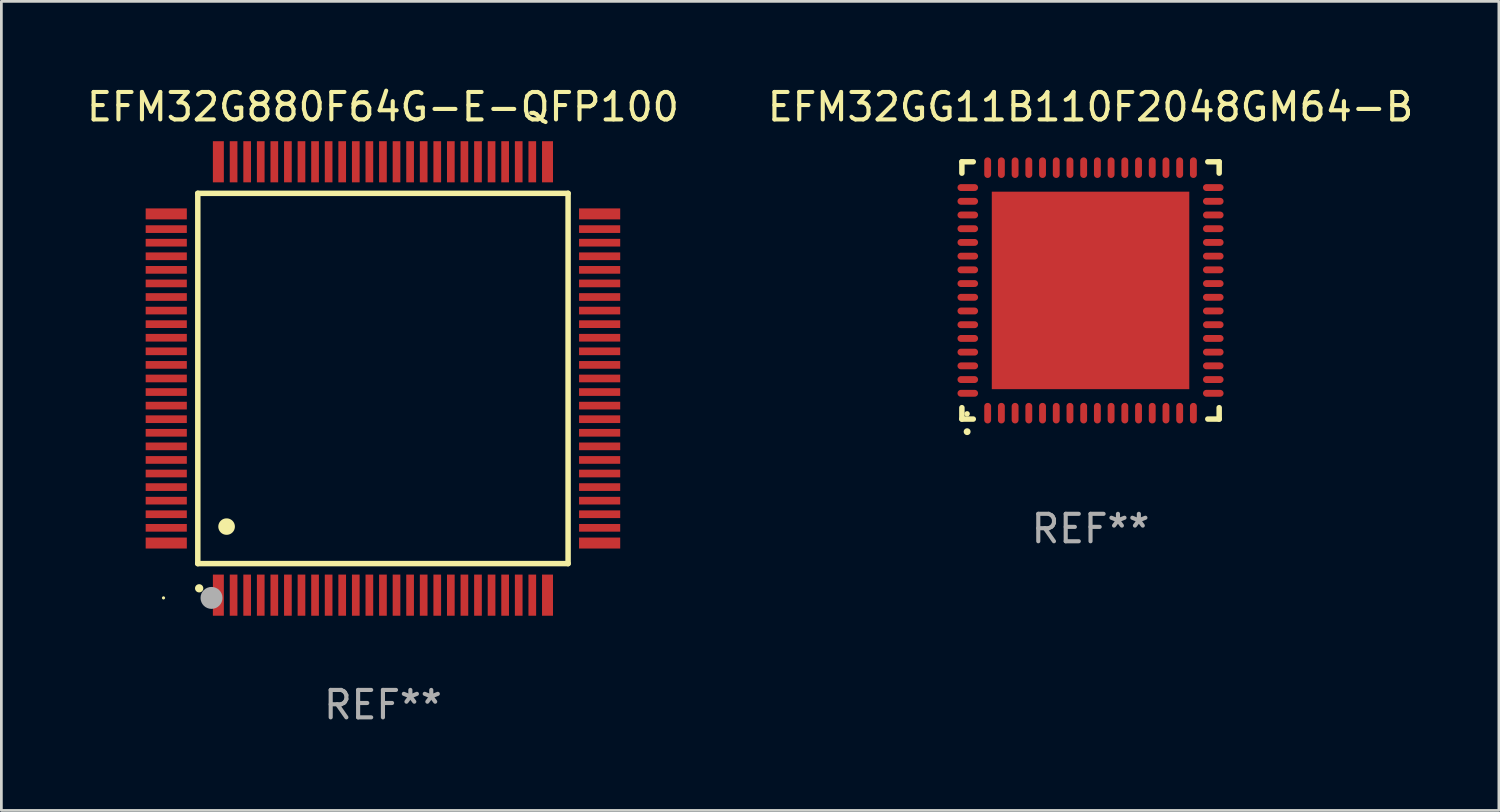
<source format=kicad_pcb>
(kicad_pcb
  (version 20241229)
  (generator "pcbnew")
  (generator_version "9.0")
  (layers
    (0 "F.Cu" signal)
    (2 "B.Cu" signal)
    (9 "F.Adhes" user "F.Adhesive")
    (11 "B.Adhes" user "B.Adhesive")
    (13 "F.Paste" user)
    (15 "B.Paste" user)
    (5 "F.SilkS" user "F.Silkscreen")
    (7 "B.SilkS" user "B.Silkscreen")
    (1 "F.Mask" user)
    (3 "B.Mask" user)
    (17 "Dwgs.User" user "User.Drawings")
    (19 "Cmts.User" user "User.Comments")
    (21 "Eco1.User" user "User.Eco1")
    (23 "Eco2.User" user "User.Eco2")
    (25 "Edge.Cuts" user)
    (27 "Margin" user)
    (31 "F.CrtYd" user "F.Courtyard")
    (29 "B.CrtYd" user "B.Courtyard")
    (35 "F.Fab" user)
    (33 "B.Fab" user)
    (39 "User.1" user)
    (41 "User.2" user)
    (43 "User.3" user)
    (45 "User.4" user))
  (footprint "EFM32G880F64G-E-QFP100"
    (layer "F.Cu")
    (at 10.911 10.748)
    (property "Reference" "EFM32G880F64G-E-QFP100" (at 0 -9.9 0) (layer "F.SilkS") (effects (font (size 1 1) (thickness 0.15))))
    (attr through_hole)
    (fp_line (start -6.75 -6.75) (end -6.75 6.75) (stroke (width 0.2) (type solid)) (layer "F.SilkS"))
    (fp_line (start -6.75 6.75) (end 6.75 6.75) (stroke (width 0.2) (type solid)) (layer "F.SilkS"))
    (fp_line (start 6.75 -6.75) (end -6.75 -6.75) (stroke (width 0.2) (type solid)) (layer "F.SilkS"))
    (fp_line (start 6.75 6.75) (end 6.75 -6.75) (stroke (width 0.2) (type solid)) (layer "F.SilkS"))
    (fp_arc (start -6.701321 7.650013) (mid -6.700051 7.650008) (end -6.698781 7.650013) (stroke (width 0.3) (type solid)) (layer "F.SilkS"))
    (fp_arc (start -5.702515 5.400025) (mid -5.699975 5.400014) (end -5.697435 5.400025) (stroke (width 0.6) (type solid)) (layer "F.SilkS"))
    (fp_circle (center -8 8) (end -7.97 8) (stroke (width 0.06) (type solid)) (fill no) (layer "F.SilkS"))
    (fp_circle (center -6.25 8) (end -6.05 8) (stroke (width 0.4) (type solid)) (fill no) (layer "F.Fab"))
    (fp_text user "REF**" (at 0 11.9 0) (layer "F.Fab") (effects (font (size 1 1) (thickness 0.15))))
    (pad "1" smd rect (at -6 7.9 180) (size 0.4 1.5) (layers "F.Cu" "F.Mask" "F.Paste"))
    (pad "2" smd rect (at -5.445 7.9 180) (size 0.28 1.5) (layers "F.Cu" "F.Mask" "F.Paste"))
    (pad "3" smd rect (at -4.95 7.9 180) (size 0.28 1.5) (layers "F.Cu" "F.Mask" "F.Paste"))
    (pad "4" smd rect (at -4.455 7.9 180) (size 0.28 1.5) (layers "F.Cu" "F.Mask" "F.Paste"))
    (pad "5" smd rect (at -3.96 7.9 180) (size 0.28 1.5) (layers "F.Cu" "F.Mask" "F.Paste"))
    (pad "6" smd rect (at -3.465 7.9 180) (size 0.28 1.5) (layers "F.Cu" "F.Mask" "F.Paste"))
    (pad "7" smd rect (at -2.97 7.9 180) (size 0.28 1.5) (layers "F.Cu" "F.Mask" "F.Paste"))
    (pad "8" smd rect (at -2.475 7.9 180) (size 0.28 1.5) (layers "F.Cu" "F.Mask" "F.Paste"))
    (pad "9" smd rect (at -1.98 7.9 180) (size 0.28 1.5) (layers "F.Cu" "F.Mask" "F.Paste"))
    (pad "10" smd rect (at -1.485 7.9 180) (size 0.28 1.5) (layers "F.Cu" "F.Mask" "F.Paste"))
    (pad "11" smd rect (at -0.99 7.9 180) (size 0.28 1.5) (layers "F.Cu" "F.Mask" "F.Paste"))
    (pad "12" smd rect (at -0.495 7.9 180) (size 0.28 1.5) (layers "F.Cu" "F.Mask" "F.Paste"))
    (pad "13" smd rect (at 0.000178 7.9 180) (size 0.28 1.5) (layers "F.Cu" "F.Mask" "F.Paste"))
    (pad "14" smd rect (at 0.495 7.9 180) (size 0.28 1.5) (layers "F.Cu" "F.Mask" "F.Paste"))
    (pad "15" smd rect (at 0.99 7.9 180) (size 0.28 1.5) (layers "F.Cu" "F.Mask" "F.Paste"))
    (pad "16" smd rect (at 1.485 7.9 180) (size 0.28 1.5) (layers "F.Cu" "F.Mask" "F.Paste"))
    (pad "17" smd rect (at 1.98 7.9 180) (size 0.28 1.5) (layers "F.Cu" "F.Mask" "F.Paste"))
    (pad "18" smd rect (at 2.475 7.9 180) (size 0.28 1.5) (layers "F.Cu" "F.Mask" "F.Paste"))
    (pad "19" smd rect (at 2.97 7.9 180) (size 0.28 1.5) (layers "F.Cu" "F.Mask" "F.Paste"))
    (pad "20" smd rect (at 3.465 7.9 180) (size 0.28 1.5) (layers "F.Cu" "F.Mask" "F.Paste"))
    (pad "21" smd rect (at 3.96 7.9 180) (size 0.28 1.5) (layers "F.Cu" "F.Mask" "F.Paste"))
    (pad "22" smd rect (at 4.455 7.9 180) (size 0.28 1.5) (layers "F.Cu" "F.Mask" "F.Paste"))
    (pad "23" smd rect (at 4.95 7.9 180) (size 0.28 1.5) (layers "F.Cu" "F.Mask" "F.Paste"))
    (pad "24" smd rect (at 5.445 7.9 180) (size 0.28 1.5) (layers "F.Cu" "F.Mask" "F.Paste"))
    (pad "25" smd rect (at 6 7.9 180) (size 0.4 1.5) (layers "F.Cu" "F.Mask" "F.Paste"))
    (pad "26" smd rect (at 7.9 6 90) (size 0.4 1.5) (layers "F.Cu" "F.Mask" "F.Paste"))
    (pad "27" smd rect (at 7.9 5.445 90) (size 0.28 1.5) (layers "F.Cu" "F.Mask" "F.Paste"))
    (pad "28" smd rect (at 7.9 4.95 90) (size 0.28 1.5) (layers "F.Cu" "F.Mask" "F.Paste"))
    (pad "29" smd rect (at 7.9 4.455 90) (size 0.28 1.5) (layers "F.Cu" "F.Mask" "F.Paste"))
    (pad "30" smd rect (at 7.9 3.96 90) (size 0.28 1.5) (layers "F.Cu" "F.Mask" "F.Paste"))
    (pad "31" smd rect (at 7.9 3.465 90) (size 0.28 1.5) (layers "F.Cu" "F.Mask" "F.Paste"))
    (pad "32" smd rect (at 7.9 2.97 90) (size 0.28 1.5) (layers "F.Cu" "F.Mask" "F.Paste"))
    (pad "33" smd rect (at 7.9 2.475 90) (size 0.28 1.5) (layers "F.Cu" "F.Mask" "F.Paste"))
    (pad "34" smd rect (at 7.9 1.98 90) (size 0.28 1.5) (layers "F.Cu" "F.Mask" "F.Paste"))
    (pad "35" smd rect (at 7.9 1.485 90) (size 0.28 1.5) (layers "F.Cu" "F.Mask" "F.Paste"))
    (pad "36" smd rect (at 7.9 0.99 90) (size 0.28 1.5) (layers "F.Cu" "F.Mask" "F.Paste"))
    (pad "37" smd rect (at 7.9 0.495 90) (size 0.28 1.5) (layers "F.Cu" "F.Mask" "F.Paste"))
    (pad "38" smd rect (at 7.9 0 90) (size 0.28 1.5) (layers "F.Cu" "F.Mask" "F.Paste"))
    (pad "39" smd rect (at 7.9 -0.495 90) (size 0.28 1.5) (layers "F.Cu" "F.Mask" "F.Paste"))
    (pad "40" smd rect (at 7.9 -0.99 90) (size 0.28 1.5) (layers "F.Cu" "F.Mask" "F.Paste"))
    (pad "41" smd rect (at 7.9 -1.485 90) (size 0.28 1.5) (layers "F.Cu" "F.Mask" "F.Paste"))
    (pad "42" smd rect (at 7.9 -1.98 90) (size 0.28 1.5) (layers "F.Cu" "F.Mask" "F.Paste"))
    (pad "43" smd rect (at 7.9 -2.475 90) (size 0.28 1.5) (layers "F.Cu" "F.Mask" "F.Paste"))
    (pad "44" smd rect (at 7.9 -2.97 90) (size 0.28 1.5) (layers "F.Cu" "F.Mask" "F.Paste"))
    (pad "45" smd rect (at 7.9 -3.465 90) (size 0.28 1.5) (layers "F.Cu" "F.Mask" "F.Paste"))
    (pad "46" smd rect (at 7.9 -3.96 90) (size 0.28 1.5) (layers "F.Cu" "F.Mask" "F.Paste"))
    (pad "47" smd rect (at 7.9 -4.455 90) (size 0.28 1.5) (layers "F.Cu" "F.Mask" "F.Paste"))
    (pad "48" smd rect (at 7.9 -4.95 90) (size 0.28 1.5) (layers "F.Cu" "F.Mask" "F.Paste"))
    (pad "49" smd rect (at 7.9 -5.445 90) (size 0.28 1.5) (layers "F.Cu" "F.Mask" "F.Paste"))
    (pad "50" smd rect (at 7.9 -6 90) (size 0.4 1.5) (layers "F.Cu" "F.Mask" "F.Paste"))
    (pad "51" smd rect (at 6 -7.9 180) (size 0.4 1.5) (layers "F.Cu" "F.Mask" "F.Paste"))
    (pad "52" smd rect (at 5.445 -7.9 180) (size 0.28 1.5) (layers "F.Cu" "F.Mask" "F.Paste"))
    (pad "53" smd rect (at 4.95 -7.9 180) (size 0.28 1.5) (layers "F.Cu" "F.Mask" "F.Paste"))
    (pad "54" smd rect (at 4.455 -7.9 180) (size 0.28 1.5) (layers "F.Cu" "F.Mask" "F.Paste"))
    (pad "55" smd rect (at 3.96 -7.9 180) (size 0.28 1.5) (layers "F.Cu" "F.Mask" "F.Paste"))
    (pad "56" smd rect (at 3.465 -7.9 180) (size 0.28 1.5) (layers "F.Cu" "F.Mask" "F.Paste"))
    (pad "57" smd rect (at 2.97 -7.9 180) (size 0.28 1.5) (layers "F.Cu" "F.Mask" "F.Paste"))
    (pad "58" smd rect (at 2.475 -7.9 180) (size 0.28 1.5) (layers "F.Cu" "F.Mask" "F.Paste"))
    (pad "59" smd rect (at 1.98 -7.9 180) (size 0.28 1.5) (layers "F.Cu" "F.Mask" "F.Paste"))
    (pad "60" smd rect (at 1.485 -7.9 180) (size 0.28 1.5) (layers "F.Cu" "F.Mask" "F.Paste"))
    (pad "61" smd rect (at 0.99 -7.9 180) (size 0.28 1.5) (layers "F.Cu" "F.Mask" "F.Paste"))
    (pad "62" smd rect (at 0.495 -7.9 180) (size 0.28 1.5) (layers "F.Cu" "F.Mask" "F.Paste"))
    (pad "63" smd rect (at 0.000178 -7.9 180) (size 0.28 1.5) (layers "F.Cu" "F.Mask" "F.Paste"))
    (pad "64" smd rect (at -0.495 -7.9 180) (size 0.28 1.5) (layers "F.Cu" "F.Mask" "F.Paste"))
    (pad "65" smd rect (at -0.99 -7.9 180) (size 0.28 1.5) (layers "F.Cu" "F.Mask" "F.Paste"))
    (pad "66" smd rect (at -1.485 -7.9 180) (size 0.28 1.5) (layers "F.Cu" "F.Mask" "F.Paste"))
    (pad "67" smd rect (at -1.98 -7.9 180) (size 0.28 1.5) (layers "F.Cu" "F.Mask" "F.Paste"))
    (pad "68" smd rect (at -2.475 -7.9 180) (size 0.28 1.5) (layers "F.Cu" "F.Mask" "F.Paste"))
    (pad "69" smd rect (at -2.97 -7.9 180) (size 0.28 1.5) (layers "F.Cu" "F.Mask" "F.Paste"))
    (pad "70" smd rect (at -3.465 -7.9 180) (size 0.28 1.5) (layers "F.Cu" "F.Mask" "F.Paste"))
    (pad "71" smd rect (at -3.96 -7.9 180) (size 0.28 1.5) (layers "F.Cu" "F.Mask" "F.Paste"))
    (pad "72" smd rect (at -4.455 -7.9 180) (size 0.28 1.5) (layers "F.Cu" "F.Mask" "F.Paste"))
    (pad "73" smd rect (at -4.95 -7.9 180) (size 0.28 1.5) (layers "F.Cu" "F.Mask" "F.Paste"))
    (pad "74" smd rect (at -5.445 -7.9 180) (size 0.28 1.5) (layers "F.Cu" "F.Mask" "F.Paste"))
    (pad "75" smd rect (at -6 -7.9 180) (size 0.4 1.5) (layers "F.Cu" "F.Mask" "F.Paste"))
    (pad "76" smd rect (at -7.9 -6 90) (size 0.4 1.5) (layers "F.Cu" "F.Mask" "F.Paste"))
    (pad "77" smd rect (at -7.9 -5.445 90) (size 0.28 1.5) (layers "F.Cu" "F.Mask" "F.Paste"))
    (pad "78" smd rect (at -7.9 -4.95 90) (size 0.28 1.5) (layers "F.Cu" "F.Mask" "F.Paste"))
    (pad "79" smd rect (at -7.9 -4.455 90) (size 0.28 1.5) (layers "F.Cu" "F.Mask" "F.Paste"))
    (pad "80" smd rect (at -7.9 -3.96 90) (size 0.28 1.5) (layers "F.Cu" "F.Mask" "F.Paste"))
    (pad "81" smd rect (at -7.9 -3.465 90) (size 0.28 1.5) (layers "F.Cu" "F.Mask" "F.Paste"))
    (pad "82" smd rect (at -7.9 -2.97 90) (size 0.28 1.5) (layers "F.Cu" "F.Mask" "F.Paste"))
    (pad "83" smd rect (at -7.9 -2.475 90) (size 0.28 1.5) (layers "F.Cu" "F.Mask" "F.Paste"))
    (pad "84" smd rect (at -7.9 -1.98 90) (size 0.28 1.5) (layers "F.Cu" "F.Mask" "F.Paste"))
    (pad "85" smd rect (at -7.9 -1.485 90) (size 0.28 1.5) (layers "F.Cu" "F.Mask" "F.Paste"))
    (pad "86" smd rect (at -7.9 -0.99 90) (size 0.28 1.5) (layers "F.Cu" "F.Mask" "F.Paste"))
    (pad "87" smd rect (at -7.9 -0.495 90) (size 0.28 1.5) (layers "F.Cu" "F.Mask" "F.Paste"))
    (pad "88" smd rect (at -7.9 0 90) (size 0.28 1.5) (layers "F.Cu" "F.Mask" "F.Paste"))
    (pad "89" smd rect (at -7.9 0.495 90) (size 0.28 1.5) (layers "F.Cu" "F.Mask" "F.Paste"))
    (pad "90" smd rect (at -7.9 0.99 90) (size 0.28 1.5) (layers "F.Cu" "F.Mask" "F.Paste"))
    (pad "91" smd rect (at -7.9 1.485 90) (size 0.28 1.5) (layers "F.Cu" "F.Mask" "F.Paste"))
    (pad "92" smd rect (at -7.9 1.98 90) (size 0.28 1.5) (layers "F.Cu" "F.Mask" "F.Paste"))
    (pad "93" smd rect (at -7.9 2.475 90) (size 0.28 1.5) (layers "F.Cu" "F.Mask" "F.Paste"))
    (pad "94" smd rect (at -7.9 2.97 90) (size 0.28 1.5) (layers "F.Cu" "F.Mask" "F.Paste"))
    (pad "95" smd rect (at -7.9 3.465 90) (size 0.28 1.5) (layers "F.Cu" "F.Mask" "F.Paste"))
    (pad "96" smd rect (at -7.9 3.96 90) (size 0.28 1.5) (layers "F.Cu" "F.Mask" "F.Paste"))
    (pad "97" smd rect (at -7.9 4.455 90) (size 0.28 1.5) (layers "F.Cu" "F.Mask" "F.Paste"))
    (pad "98" smd rect (at -7.9 4.95 90) (size 0.28 1.5) (layers "F.Cu" "F.Mask" "F.Paste"))
    (pad "99" smd rect (at -7.9 5.445 90) (size 0.28 1.5) (layers "F.Cu" "F.Mask" "F.Paste"))
    (pad "100" smd rect (at -7.9 6 90) (size 0.4 1.5) (layers "F.Cu" "F.Mask" "F.Paste")))
  (footprint "EFM32GG11B110F2048GM64-B"
    (layer "F.Cu")
    (at 36.708 7.538)
    (property "Reference" "EFM32GG11B110F2048GM64-B" (at 0 -6.69 0) (layer "F.SilkS") (effects (font (size 1 1) (thickness 0.15))))
    (attr through_hole)
    (fp_line (start -4.69 -4.69) (end -4.275 -4.69) (stroke (width 0.2) (type solid)) (layer "F.SilkS"))
    (fp_line (start -4.69 -4.275) (end -4.69 -4.69) (stroke (width 0.2) (type solid)) (layer "F.SilkS"))
    (fp_line (start -4.69 4.69) (end -4.69 4.275) (stroke (width 0.2) (type solid)) (layer "F.SilkS"))
    (fp_line (start -4.275 4.69) (end -4.69 4.69) (stroke (width 0.2) (type solid)) (layer "F.SilkS"))
    (fp_line (start 4.275 4.69) (end 4.69 4.69) (stroke (width 0.2) (type solid)) (layer "F.SilkS"))
    (fp_line (start 4.69 -4.69) (end 4.275 -4.69) (stroke (width 0.2) (type solid)) (layer "F.SilkS"))
    (fp_line (start 4.69 -4.275) (end 4.69 -4.69) (stroke (width 0.2) (type solid)) (layer "F.SilkS"))
    (fp_line (start 4.69 4.69) (end 4.69 4.275) (stroke (width 0.2) (type solid)) (layer "F.SilkS"))
    (fp_arc (start -4.499886 5.15) (mid -4.498616 5.149994) (end -4.497346 5.15) (stroke (width 0.24892) (type solid)) (layer "F.SilkS"))
    (fp_circle (center -4.5 4.5) (end -4.45 4.5) (stroke (width 0.1) (type solid)) (fill no) (layer "F.SilkS"))
    (fp_text user "REF**" (at 0 8.69 0) (layer "F.Fab") (effects (font (size 1 1) (thickness 0.15))))
    (pad "1" smd oval (at -3.75 4.475) (size 0.25 0.75) (layers "F.Cu" "F.Mask" "F.Paste"))
    (pad "2" smd oval (at -3.25 4.475) (size 0.25 0.75) (layers "F.Cu" "F.Mask" "F.Paste"))
    (pad "3" smd oval (at -2.75 4.475) (size 0.25 0.75) (layers "F.Cu" "F.Mask" "F.Paste"))
    (pad "4" smd oval (at -2.25 4.475) (size 0.25 0.75) (layers "F.Cu" "F.Mask" "F.Paste"))
    (pad "5" smd oval (at -1.75 4.475) (size 0.25 0.75) (layers "F.Cu" "F.Mask" "F.Paste"))
    (pad "6" smd oval (at -1.25 4.475) (size 0.25 0.75) (layers "F.Cu" "F.Mask" "F.Paste"))
    (pad "7" smd oval (at -0.75 4.475) (size 0.25 0.75) (layers "F.Cu" "F.Mask" "F.Paste"))
    (pad "8" smd oval (at -0.25 4.475) (size 0.25 0.75) (layers "F.Cu" "F.Mask" "F.Paste"))
    (pad "9" smd oval (at 0.25 4.475) (size 0.25 0.75) (layers "F.Cu" "F.Mask" "F.Paste"))
    (pad "10" smd oval (at 0.75 4.475) (size 0.25 0.75) (layers "F.Cu" "F.Mask" "F.Paste"))
    (pad "11" smd oval (at 1.25 4.475) (size 0.25 0.75) (layers "F.Cu" "F.Mask" "F.Paste"))
    (pad "12" smd oval (at 1.75 4.475) (size 0.25 0.75) (layers "F.Cu" "F.Mask" "F.Paste"))
    (pad "13" smd oval (at 2.25 4.475) (size 0.25 0.75) (layers "F.Cu" "F.Mask" "F.Paste"))
    (pad "14" smd oval (at 2.75 4.475) (size 0.25 0.75) (layers "F.Cu" "F.Mask" "F.Paste"))
    (pad "15" smd oval (at 3.25 4.475) (size 0.25 0.75) (layers "F.Cu" "F.Mask" "F.Paste"))
    (pad "16" smd oval (at 3.75 4.475) (size 0.25 0.75) (layers "F.Cu" "F.Mask" "F.Paste"))
    (pad "17" smd oval (at 4.475 3.75) (size 0.75 0.25) (layers "F.Cu" "F.Mask" "F.Paste"))
    (pad "18" smd oval (at 4.475 3.25) (size 0.75 0.25) (layers "F.Cu" "F.Mask" "F.Paste"))
    (pad "19" smd oval (at 4.475 2.75) (size 0.75 0.25) (layers "F.Cu" "F.Mask" "F.Paste"))
    (pad "20" smd oval (at 4.475 2.25) (size 0.75 0.25) (layers "F.Cu" "F.Mask" "F.Paste"))
    (pad "21" smd oval (at 4.475 1.75) (size 0.75 0.25) (layers "F.Cu" "F.Mask" "F.Paste"))
    (pad "22" smd oval (at 4.475 1.25) (size 0.75 0.25) (layers "F.Cu" "F.Mask" "F.Paste"))
    (pad "23" smd oval (at 4.475 0.75) (size 0.75 0.25) (layers "F.Cu" "F.Mask" "F.Paste"))
    (pad "24" smd oval (at 4.475 0.25) (size 0.75 0.25) (layers "F.Cu" "F.Mask" "F.Paste"))
    (pad "25" smd oval (at 4.475 -0.25) (size 0.75 0.25) (layers "F.Cu" "F.Mask" "F.Paste"))
    (pad "26" smd oval (at 4.475 -0.75) (size 0.75 0.25) (layers "F.Cu" "F.Mask" "F.Paste"))
    (pad "27" smd oval (at 4.475 -1.25) (size 0.75 0.25) (layers "F.Cu" "F.Mask" "F.Paste"))
    (pad "28" smd oval (at 4.475 -1.75) (size 0.75 0.25) (layers "F.Cu" "F.Mask" "F.Paste"))
    (pad "29" smd oval (at 4.475 -2.25) (size 0.75 0.25) (layers "F.Cu" "F.Mask" "F.Paste"))
    (pad "30" smd oval (at 4.475 -2.75) (size 0.75 0.25) (layers "F.Cu" "F.Mask" "F.Paste"))
    (pad "31" smd oval (at 4.475 -3.25) (size 0.75 0.25) (layers "F.Cu" "F.Mask" "F.Paste"))
    (pad "32" smd oval (at 4.475 -3.75) (size 0.75 0.25) (layers "F.Cu" "F.Mask" "F.Paste"))
    (pad "33" smd oval (at 3.75 -4.475) (size 0.25 0.75) (layers "F.Cu" "F.Mask" "F.Paste"))
    (pad "34" smd oval (at 3.25 -4.475) (size 0.25 0.75) (layers "F.Cu" "F.Mask" "F.Paste"))
    (pad "35" smd oval (at 2.75 -4.475) (size 0.25 0.75) (layers "F.Cu" "F.Mask" "F.Paste"))
    (pad "36" smd oval (at 2.25 -4.475) (size 0.25 0.75) (layers "F.Cu" "F.Mask" "F.Paste"))
    (pad "37" smd oval (at 1.75 -4.475) (size 0.25 0.75) (layers "F.Cu" "F.Mask" "F.Paste"))
    (pad "38" smd oval (at 1.25 -4.475) (size 0.25 0.75) (layers "F.Cu" "F.Mask" "F.Paste"))
    (pad "39" smd oval (at 0.75 -4.475) (size 0.25 0.75) (layers "F.Cu" "F.Mask" "F.Paste"))
    (pad "40" smd oval (at 0.25 -4.475) (size 0.25 0.75) (layers "F.Cu" "F.Mask" "F.Paste"))
    (pad "41" smd oval (at -0.25 -4.475) (size 0.25 0.75) (layers "F.Cu" "F.Mask" "F.Paste"))
    (pad "42" smd oval (at -0.75 -4.475) (size 0.25 0.75) (layers "F.Cu" "F.Mask" "F.Paste"))
    (pad "43" smd oval (at -1.25 -4.475) (size 0.25 0.75) (layers "F.Cu" "F.Mask" "F.Paste"))
    (pad "44" smd oval (at -1.75 -4.475) (size 0.25 0.75) (layers "F.Cu" "F.Mask" "F.Paste"))
    (pad "45" smd oval (at -2.25 -4.475) (size 0.25 0.75) (layers "F.Cu" "F.Mask" "F.Paste"))
    (pad "46" smd oval (at -2.75 -4.475) (size 0.25 0.75) (layers "F.Cu" "F.Mask" "F.Paste"))
    (pad "47" smd oval (at -3.25 -4.475) (size 0.25 0.75) (layers "F.Cu" "F.Mask" "F.Paste"))
    (pad "48" smd oval (at -3.75 -4.475) (size 0.25 0.75) (layers "F.Cu" "F.Mask" "F.Paste"))
    (pad "49" smd oval (at -4.475 -3.75) (size 0.75 0.25) (layers "F.Cu" "F.Mask" "F.Paste"))
    (pad "50" smd oval (at -4.475 -3.25) (size 0.75 0.25) (layers "F.Cu" "F.Mask" "F.Paste"))
    (pad "51" smd oval (at -4.475 -2.75) (size 0.75 0.25) (layers "F.Cu" "F.Mask" "F.Paste"))
    (pad "52" smd oval (at -4.475 -2.25) (size 0.75 0.25) (layers "F.Cu" "F.Mask" "F.Paste"))
    (pad "53" smd oval (at -4.475 -1.75) (size 0.75 0.25) (layers "F.Cu" "F.Mask" "F.Paste"))
    (pad "54" smd oval (at -4.475 -1.25) (size 0.75 0.25) (layers "F.Cu" "F.Mask" "F.Paste"))
    (pad "55" smd oval (at -4.475 -0.75) (size 0.75 0.25) (layers "F.Cu" "F.Mask" "F.Paste"))
    (pad "56" smd oval (at -4.475 -0.25) (size 0.75 0.25) (layers "F.Cu" "F.Mask" "F.Paste"))
    (pad "57" smd oval (at -4.475 0.25) (size 0.75 0.25) (layers "F.Cu" "F.Mask" "F.Paste"))
    (pad "58" smd oval (at -4.475 0.75) (size 0.75 0.25) (layers "F.Cu" "F.Mask" "F.Paste"))
    (pad "59" smd oval (at -4.475 1.25) (size 0.75 0.25) (layers "F.Cu" "F.Mask" "F.Paste"))
    (pad "60" smd oval (at -4.475 1.75) (size 0.75 0.25) (layers "F.Cu" "F.Mask" "F.Paste"))
    (pad "61" smd oval (at -4.475 2.25) (size 0.75 0.25) (layers "F.Cu" "F.Mask" "F.Paste"))
    (pad "62" smd oval (at -4.475 2.75) (size 0.75 0.25) (layers "F.Cu" "F.Mask" "F.Paste"))
    (pad "63" smd oval (at -4.475 3.25) (size 0.75 0.25) (layers "F.Cu" "F.Mask" "F.Paste"))
    (pad "64" smd oval (at -4.475 3.75) (size 0.75 0.25) (layers "F.Cu" "F.Mask" "F.Paste"))
    (pad "65" smd rect (at 0.000368 0.000013) (size 7.2 7.2) (layers "F.Cu" "F.Mask" "F.Paste")))
  (gr_rect
    (start -3 -3)
    (end 51.595 26.496)
    (stroke (width 0.1) (type default))
    (fill no)
    (layer "Edge.Cuts")))
</source>
